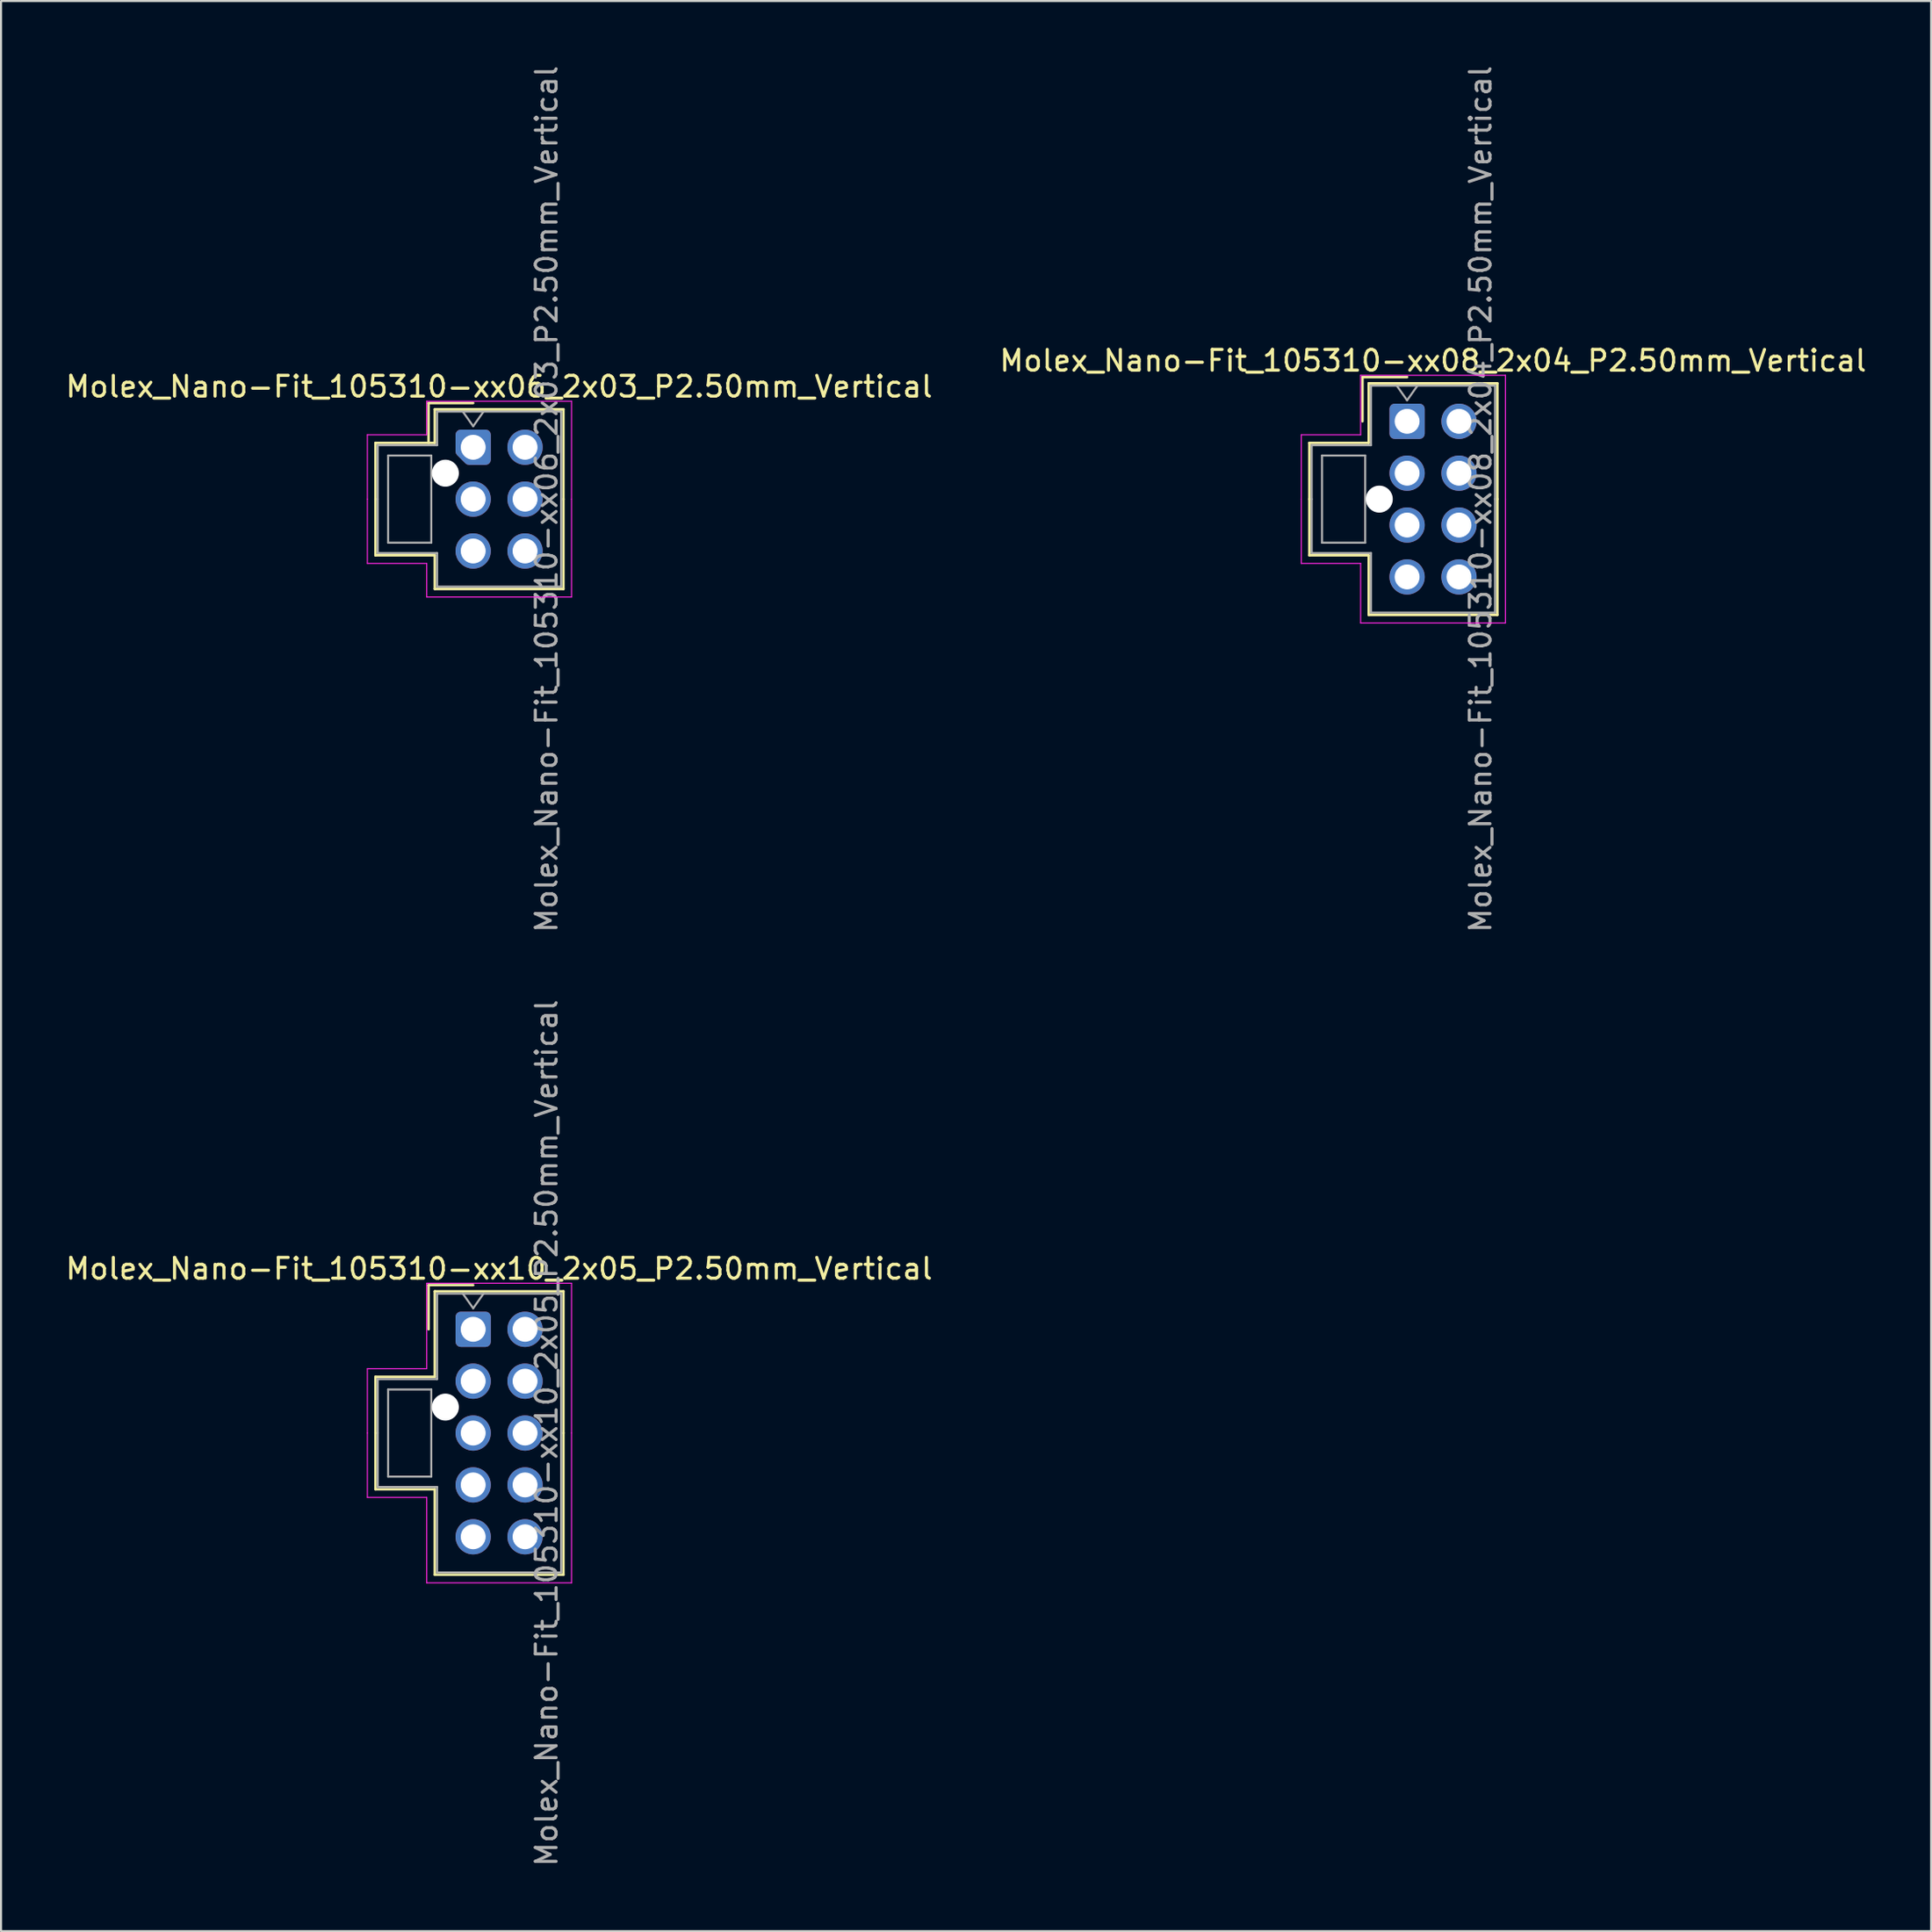
<source format=kicad_pcb>
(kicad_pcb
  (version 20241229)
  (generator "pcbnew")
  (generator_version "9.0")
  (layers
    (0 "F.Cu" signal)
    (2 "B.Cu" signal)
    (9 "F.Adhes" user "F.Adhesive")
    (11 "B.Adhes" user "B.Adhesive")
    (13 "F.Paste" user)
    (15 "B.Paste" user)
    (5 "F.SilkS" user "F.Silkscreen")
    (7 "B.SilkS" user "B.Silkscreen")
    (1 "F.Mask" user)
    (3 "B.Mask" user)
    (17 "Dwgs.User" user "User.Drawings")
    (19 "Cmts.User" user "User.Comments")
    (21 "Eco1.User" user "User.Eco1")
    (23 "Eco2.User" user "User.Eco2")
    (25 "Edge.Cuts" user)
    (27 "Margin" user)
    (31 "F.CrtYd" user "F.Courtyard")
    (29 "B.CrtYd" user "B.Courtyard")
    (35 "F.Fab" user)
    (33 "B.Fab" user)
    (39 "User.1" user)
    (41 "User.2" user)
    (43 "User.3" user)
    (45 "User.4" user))
  (footprint "Molex_Nano-Fit_105310-xx08_2x04_P2.50mm_Vertical"
    (layer "F.Cu")
    (at 64.768 17.256)
    (property "Reference" "Molex_Nano-Fit_105310-xx08_2x04_P2.50mm_Vertical" (at 1.25 -2.92 0) (layer "F.SilkS") (effects (font (size 1 1) (thickness 0.15))))
    (attr through_hole)
    (fp_line (start -4.71 1.04) (end -4.71 3.75) (stroke (width 0.12) (type solid)) (layer "F.SilkS"))
    (fp_line (start -4.71 6.46) (end -4.71 3.75) (stroke (width 0.12) (type solid)) (layer "F.SilkS"))
    (fp_line (start -2.15 -2.13) (end -2.15 0) (stroke (width 0.12) (type solid)) (layer "F.SilkS"))
    (fp_line (start -1.85 -1.83) (end -1.85 1.04) (stroke (width 0.12) (type solid)) (layer "F.SilkS"))
    (fp_line (start -1.85 1.04) (end -4.71 1.04) (stroke (width 0.12) (type solid)) (layer "F.SilkS"))
    (fp_line (start -1.85 6.46) (end -4.71 6.46) (stroke (width 0.12) (type solid)) (layer "F.SilkS"))
    (fp_line (start -1.85 9.33) (end -1.85 6.46) (stroke (width 0.12) (type solid)) (layer "F.SilkS"))
    (fp_line (start 0 -2.13) (end -2.15 -2.13) (stroke (width 0.12) (type solid)) (layer "F.SilkS"))
    (fp_line (start 4.35 -1.83) (end -1.85 -1.83) (stroke (width 0.12) (type solid)) (layer "F.SilkS"))
    (fp_line (start 4.35 3.75) (end 4.35 -1.83) (stroke (width 0.12) (type solid)) (layer "F.SilkS"))
    (fp_line (start 4.35 3.75) (end 4.35 9.33) (stroke (width 0.12) (type solid)) (layer "F.SilkS"))
    (fp_line (start 4.35 9.33) (end -1.85 9.33) (stroke (width 0.12) (type solid)) (layer "F.SilkS"))
    (fp_line (start -5.1 0.65) (end -5.1 3.75) (stroke (width 0.05) (type solid)) (layer "F.CrtYd"))
    (fp_line (start -5.1 6.85) (end -5.1 3.75) (stroke (width 0.05) (type solid)) (layer "F.CrtYd"))
    (fp_line (start -2.24 -2.22) (end -2.24 0.65) (stroke (width 0.05) (type solid)) (layer "F.CrtYd"))
    (fp_line (start -2.24 0.65) (end -5.1 0.65) (stroke (width 0.05) (type solid)) (layer "F.CrtYd"))
    (fp_line (start -2.24 6.85) (end -5.1 6.85) (stroke (width 0.05) (type solid)) (layer "F.CrtYd"))
    (fp_line (start -2.24 9.72) (end -2.24 6.85) (stroke (width 0.05) (type solid)) (layer "F.CrtYd"))
    (fp_line (start 4.74 -2.22) (end -2.24 -2.22) (stroke (width 0.05) (type solid)) (layer "F.CrtYd"))
    (fp_line (start 4.74 3.75) (end 4.74 -2.22) (stroke (width 0.05) (type solid)) (layer "F.CrtYd"))
    (fp_line (start 4.74 3.75) (end 4.74 9.72) (stroke (width 0.05) (type solid)) (layer "F.CrtYd"))
    (fp_line (start 4.74 9.72) (end -2.24 9.72) (stroke (width 0.05) (type solid)) (layer "F.CrtYd"))
    (fp_line (start -4.6 1.15) (end -4.6 3.75) (stroke (width 0.1) (type solid)) (layer "F.Fab"))
    (fp_line (start -4.6 6.35) (end -4.6 3.75) (stroke (width 0.1) (type solid)) (layer "F.Fab"))
    (fp_line (start -4.1 1.65) (end -4.1 5.85) (stroke (width 0.1) (type solid)) (layer "F.Fab"))
    (fp_line (start -4.1 5.85) (end -2.02 5.85) (stroke (width 0.1) (type solid)) (layer "F.Fab"))
    (fp_line (start -2.02 1.65) (end -4.1 1.65) (stroke (width 0.1) (type solid)) (layer "F.Fab"))
    (fp_line (start -2.02 5.85) (end -2.02 1.65) (stroke (width 0.1) (type solid)) (layer "F.Fab"))
    (fp_line (start -1.74 -1.72) (end -1.74 1.15) (stroke (width 0.1) (type solid)) (layer "F.Fab"))
    (fp_line (start -1.74 1.15) (end -4.6 1.15) (stroke (width 0.1) (type solid)) (layer "F.Fab"))
    (fp_line (start -1.74 6.35) (end -4.6 6.35) (stroke (width 0.1) (type solid)) (layer "F.Fab"))
    (fp_line (start -1.74 9.22) (end -1.74 6.35) (stroke (width 0.1) (type solid)) (layer "F.Fab"))
    (fp_line (start -0.5 -1.72) (end 0 -1.013) (stroke (width 0.1) (type solid)) (layer "F.Fab"))
    (fp_line (start 0 -1.013) (end 0.5 -1.72) (stroke (width 0.1) (type solid)) (layer "F.Fab"))
    (fp_line (start 4.24 -1.72) (end -1.74 -1.72) (stroke (width 0.1) (type solid)) (layer "F.Fab"))
    (fp_line (start 4.24 3.75) (end 4.24 -1.72) (stroke (width 0.1) (type solid)) (layer "F.Fab"))
    (fp_line (start 4.24 3.75) (end 4.24 9.22) (stroke (width 0.1) (type solid)) (layer "F.Fab"))
    (fp_line (start 4.24 9.22) (end -1.74 9.22) (stroke (width 0.1) (type solid)) (layer "F.Fab"))
    (fp_text user "${REFERENCE}" (at 3.54 3.75 90) (layer "F.Fab") (effects (font (size 1 1) (thickness 0.15))))
    (pad "" np_thru_hole circle (at -1.34 3.75) (size 1.3 1.3) (drill 1.3) (layers "*.Cu" "*.Mask"))
    (pad "1" thru_hole roundrect (at 0 0) (size 1.7 1.7) (drill 1.2) (layers "*.Cu" "*.Mask") (roundrect_rratio 0.147))
    (pad "2" thru_hole circle (at 0 2.5) (size 1.7 1.7) (drill 1.2) (layers "*.Cu" "*.Mask"))
    (pad "3" thru_hole circle (at 0 5) (size 1.7 1.7) (drill 1.2) (layers "*.Cu" "*.Mask"))
    (pad "4" thru_hole circle (at 0 7.5) (size 1.7 1.7) (drill 1.2) (layers "*.Cu" "*.Mask"))
    (pad "5" thru_hole circle (at 2.5 0) (size 1.7 1.7) (drill 1.2) (layers "*.Cu" "*.Mask"))
    (pad "6" thru_hole circle (at 2.5 2.5) (size 1.7 1.7) (drill 1.2) (layers "*.Cu" "*.Mask"))
    (pad "7" thru_hole circle (at 2.5 5) (size 1.7 1.7) (drill 1.2) (layers "*.Cu" "*.Mask"))
    (pad "8" thru_hole circle (at 2.5 7.5) (size 1.7 1.7) (drill 1.2) (layers "*.Cu" "*.Mask")))
  (footprint "Molex_Nano-Fit_105310-xx06_2x03_P2.50mm_Vertical"
    (layer "F.Cu")
    (at 19.756 18.506)
    (property "Reference" "Molex_Nano-Fit_105310-xx06_2x03_P2.50mm_Vertical" (at 1.25 -2.92 0) (layer "F.SilkS") (effects (font (size 1 1) (thickness 0.15))))
    (attr through_hole)
    (fp_line (start -4.71 -0.21) (end -4.71 2.5) (stroke (width 0.12) (type solid)) (layer "F.SilkS"))
    (fp_line (start -4.71 5.21) (end -4.71 2.5) (stroke (width 0.12) (type solid)) (layer "F.SilkS"))
    (fp_line (start -2.15 -2.13) (end -2.15 -0.21) (stroke (width 0.12) (type solid)) (layer "F.SilkS"))
    (fp_line (start -1.85 -1.83) (end -1.85 -0.21) (stroke (width 0.12) (type solid)) (layer "F.SilkS"))
    (fp_line (start -1.85 -0.21) (end -4.71 -0.21) (stroke (width 0.12) (type solid)) (layer "F.SilkS"))
    (fp_line (start -1.85 5.21) (end -4.71 5.21) (stroke (width 0.12) (type solid)) (layer "F.SilkS"))
    (fp_line (start -1.85 6.83) (end -1.85 5.21) (stroke (width 0.12) (type solid)) (layer "F.SilkS"))
    (fp_line (start 0 -2.13) (end -2.15 -2.13) (stroke (width 0.12) (type solid)) (layer "F.SilkS"))
    (fp_line (start 4.35 -1.83) (end -1.85 -1.83) (stroke (width 0.12) (type solid)) (layer "F.SilkS"))
    (fp_line (start 4.35 2.5) (end 4.35 -1.83) (stroke (width 0.12) (type solid)) (layer "F.SilkS"))
    (fp_line (start 4.35 2.5) (end 4.35 6.83) (stroke (width 0.12) (type solid)) (layer "F.SilkS"))
    (fp_line (start 4.35 6.83) (end -1.85 6.83) (stroke (width 0.12) (type solid)) (layer "F.SilkS"))
    (fp_line (start -5.1 -0.6) (end -5.1 2.5) (stroke (width 0.05) (type solid)) (layer "F.CrtYd"))
    (fp_line (start -5.1 5.6) (end -5.1 2.5) (stroke (width 0.05) (type solid)) (layer "F.CrtYd"))
    (fp_line (start -2.24 -2.22) (end -2.24 -0.6) (stroke (width 0.05) (type solid)) (layer "F.CrtYd"))
    (fp_line (start -2.24 -0.6) (end -5.1 -0.6) (stroke (width 0.05) (type solid)) (layer "F.CrtYd"))
    (fp_line (start -2.24 5.6) (end -5.1 5.6) (stroke (width 0.05) (type solid)) (layer "F.CrtYd"))
    (fp_line (start -2.24 7.22) (end -2.24 5.6) (stroke (width 0.05) (type solid)) (layer "F.CrtYd"))
    (fp_line (start 4.74 -2.22) (end -2.24 -2.22) (stroke (width 0.05) (type solid)) (layer "F.CrtYd"))
    (fp_line (start 4.74 2.5) (end 4.74 -2.22) (stroke (width 0.05) (type solid)) (layer "F.CrtYd"))
    (fp_line (start 4.74 2.5) (end 4.74 7.22) (stroke (width 0.05) (type solid)) (layer "F.CrtYd"))
    (fp_line (start 4.74 7.22) (end -2.24 7.22) (stroke (width 0.05) (type solid)) (layer "F.CrtYd"))
    (fp_line (start -4.6 -0.1) (end -4.6 2.5) (stroke (width 0.1) (type solid)) (layer "F.Fab"))
    (fp_line (start -4.6 5.1) (end -4.6 2.5) (stroke (width 0.1) (type solid)) (layer "F.Fab"))
    (fp_line (start -4.1 0.4) (end -4.1 4.6) (stroke (width 0.1) (type solid)) (layer "F.Fab"))
    (fp_line (start -4.1 4.6) (end -2.02 4.6) (stroke (width 0.1) (type solid)) (layer "F.Fab"))
    (fp_line (start -2.02 0.4) (end -4.1 0.4) (stroke (width 0.1) (type solid)) (layer "F.Fab"))
    (fp_line (start -2.02 4.6) (end -2.02 0.4) (stroke (width 0.1) (type solid)) (layer "F.Fab"))
    (fp_line (start -1.74 -1.72) (end -1.74 -0.1) (stroke (width 0.1) (type solid)) (layer "F.Fab"))
    (fp_line (start -1.74 -0.1) (end -4.6 -0.1) (stroke (width 0.1) (type solid)) (layer "F.Fab"))
    (fp_line (start -1.74 5.1) (end -4.6 5.1) (stroke (width 0.1) (type solid)) (layer "F.Fab"))
    (fp_line (start -1.74 6.72) (end -1.74 5.1) (stroke (width 0.1) (type solid)) (layer "F.Fab"))
    (fp_line (start -0.5 -1.72) (end 0 -1.013) (stroke (width 0.1) (type solid)) (layer "F.Fab"))
    (fp_line (start 0 -1.013) (end 0.5 -1.72) (stroke (width 0.1) (type solid)) (layer "F.Fab"))
    (fp_line (start 4.24 -1.72) (end -1.74 -1.72) (stroke (width 0.1) (type solid)) (layer "F.Fab"))
    (fp_line (start 4.24 2.5) (end 4.24 -1.72) (stroke (width 0.1) (type solid)) (layer "F.Fab"))
    (fp_line (start 4.24 2.5) (end 4.24 6.72) (stroke (width 0.1) (type solid)) (layer "F.Fab"))
    (fp_line (start 4.24 6.72) (end -1.74 6.72) (stroke (width 0.1) (type solid)) (layer "F.Fab"))
    (fp_text user "${REFERENCE}" (at 3.54 2.5 90) (layer "F.Fab") (effects (font (size 1 1) (thickness 0.15))))
    (pad "" np_thru_hole circle (at -1.34 1.25) (size 1.3 1.3) (drill 1.3) (layers "*.Cu" "*.Mask"))
    (pad "1" thru_hole custom (at 0 0) (size 1.417 1.417) (drill 1.2) (layers "*.Cu" "*.Mask") (options (anchor circle)) (primitives (gr_poly (pts (xy -0.6 -0.6) (xy 0.6 -0.6) (xy 0.6 0.6) (xy -0.2 0.6) (xy -0.6 0.2)) (width 0.5) (fill yes))))
    (pad "2" thru_hole circle (at 0 2.5) (size 1.7 1.7) (drill 1.2) (layers "*.Cu" "*.Mask"))
    (pad "3" thru_hole circle (at 0 5) (size 1.7 1.7) (drill 1.2) (layers "*.Cu" "*.Mask"))
    (pad "4" thru_hole circle (at 2.5 0) (size 1.7 1.7) (drill 1.2) (layers "*.Cu" "*.Mask"))
    (pad "5" thru_hole circle (at 2.5 2.5) (size 1.7 1.7) (drill 1.2) (layers "*.Cu" "*.Mask"))
    (pad "6" thru_hole circle (at 2.5 5) (size 1.7 1.7) (drill 1.2) (layers "*.Cu" "*.Mask")))
  (footprint "Molex_Nano-Fit_105310-xx10_2x05_P2.50mm_Vertical"
    (layer "F.Cu")
    (at 19.756 61.018)
    (property "Reference" "Molex_Nano-Fit_105310-xx10_2x05_P2.50mm_Vertical" (at 1.25 -2.92 0) (layer "F.SilkS") (effects (font (size 1 1) (thickness 0.15))))
    (attr through_hole)
    (fp_line (start -4.71 2.29) (end -4.71 5) (stroke (width 0.12) (type solid)) (layer "F.SilkS"))
    (fp_line (start -4.71 7.71) (end -4.71 5) (stroke (width 0.12) (type solid)) (layer "F.SilkS"))
    (fp_line (start -2.15 -2.13) (end -2.15 0) (stroke (width 0.12) (type solid)) (layer "F.SilkS"))
    (fp_line (start -1.85 -1.83) (end -1.85 2.29) (stroke (width 0.12) (type solid)) (layer "F.SilkS"))
    (fp_line (start -1.85 2.29) (end -4.71 2.29) (stroke (width 0.12) (type solid)) (layer "F.SilkS"))
    (fp_line (start -1.85 7.71) (end -4.71 7.71) (stroke (width 0.12) (type solid)) (layer "F.SilkS"))
    (fp_line (start -1.85 11.83) (end -1.85 7.71) (stroke (width 0.12) (type solid)) (layer "F.SilkS"))
    (fp_line (start 0 -2.13) (end -2.15 -2.13) (stroke (width 0.12) (type solid)) (layer "F.SilkS"))
    (fp_line (start 4.35 -1.83) (end -1.85 -1.83) (stroke (width 0.12) (type solid)) (layer "F.SilkS"))
    (fp_line (start 4.35 5) (end 4.35 -1.83) (stroke (width 0.12) (type solid)) (layer "F.SilkS"))
    (fp_line (start 4.35 5) (end 4.35 11.83) (stroke (width 0.12) (type solid)) (layer "F.SilkS"))
    (fp_line (start 4.35 11.83) (end -1.85 11.83) (stroke (width 0.12) (type solid)) (layer "F.SilkS"))
    (fp_line (start -5.1 1.9) (end -5.1 5) (stroke (width 0.05) (type solid)) (layer "F.CrtYd"))
    (fp_line (start -5.1 8.1) (end -5.1 5) (stroke (width 0.05) (type solid)) (layer "F.CrtYd"))
    (fp_line (start -2.24 -2.22) (end -2.24 1.9) (stroke (width 0.05) (type solid)) (layer "F.CrtYd"))
    (fp_line (start -2.24 1.9) (end -5.1 1.9) (stroke (width 0.05) (type solid)) (layer "F.CrtYd"))
    (fp_line (start -2.24 8.1) (end -5.1 8.1) (stroke (width 0.05) (type solid)) (layer "F.CrtYd"))
    (fp_line (start -2.24 12.22) (end -2.24 8.1) (stroke (width 0.05) (type solid)) (layer "F.CrtYd"))
    (fp_line (start 4.74 -2.22) (end -2.24 -2.22) (stroke (width 0.05) (type solid)) (layer "F.CrtYd"))
    (fp_line (start 4.74 5) (end 4.74 -2.22) (stroke (width 0.05) (type solid)) (layer "F.CrtYd"))
    (fp_line (start 4.74 5) (end 4.74 12.22) (stroke (width 0.05) (type solid)) (layer "F.CrtYd"))
    (fp_line (start 4.74 12.22) (end -2.24 12.22) (stroke (width 0.05) (type solid)) (layer "F.CrtYd"))
    (fp_line (start -4.6 2.4) (end -4.6 5) (stroke (width 0.1) (type solid)) (layer "F.Fab"))
    (fp_line (start -4.6 7.6) (end -4.6 5) (stroke (width 0.1) (type solid)) (layer "F.Fab"))
    (fp_line (start -4.1 2.9) (end -4.1 7.1) (stroke (width 0.1) (type solid)) (layer "F.Fab"))
    (fp_line (start -4.1 7.1) (end -2.02 7.1) (stroke (width 0.1) (type solid)) (layer "F.Fab"))
    (fp_line (start -2.02 2.9) (end -4.1 2.9) (stroke (width 0.1) (type solid)) (layer "F.Fab"))
    (fp_line (start -2.02 7.1) (end -2.02 2.9) (stroke (width 0.1) (type solid)) (layer "F.Fab"))
    (fp_line (start -1.74 -1.72) (end -1.74 2.4) (stroke (width 0.1) (type solid)) (layer "F.Fab"))
    (fp_line (start -1.74 2.4) (end -4.6 2.4) (stroke (width 0.1) (type solid)) (layer "F.Fab"))
    (fp_line (start -1.74 7.6) (end -4.6 7.6) (stroke (width 0.1) (type solid)) (layer "F.Fab"))
    (fp_line (start -1.74 11.72) (end -1.74 7.6) (stroke (width 0.1) (type solid)) (layer "F.Fab"))
    (fp_line (start -0.5 -1.72) (end 0 -1.013) (stroke (width 0.1) (type solid)) (layer "F.Fab"))
    (fp_line (start 0 -1.013) (end 0.5 -1.72) (stroke (width 0.1) (type solid)) (layer "F.Fab"))
    (fp_line (start 4.24 -1.72) (end -1.74 -1.72) (stroke (width 0.1) (type solid)) (layer "F.Fab"))
    (fp_line (start 4.24 5) (end 4.24 -1.72) (stroke (width 0.1) (type solid)) (layer "F.Fab"))
    (fp_line (start 4.24 5) (end 4.24 11.72) (stroke (width 0.1) (type solid)) (layer "F.Fab"))
    (fp_line (start 4.24 11.72) (end -1.74 11.72) (stroke (width 0.1) (type solid)) (layer "F.Fab"))
    (fp_text user "${REFERENCE}" (at 3.54 5 90) (layer "F.Fab") (effects (font (size 1 1) (thickness 0.15))))
    (pad "" np_thru_hole circle (at -1.34 3.75) (size 1.3 1.3) (drill 1.3) (layers "*.Cu" "*.Mask"))
    (pad "1" thru_hole roundrect (at 0 0) (size 1.7 1.7) (drill 1.2) (layers "*.Cu" "*.Mask") (roundrect_rratio 0.147))
    (pad "2" thru_hole circle (at 0 2.5) (size 1.7 1.7) (drill 1.2) (layers "*.Cu" "*.Mask"))
    (pad "3" thru_hole circle (at 0 5) (size 1.7 1.7) (drill 1.2) (layers "*.Cu" "*.Mask"))
    (pad "4" thru_hole circle (at 0 7.5) (size 1.7 1.7) (drill 1.2) (layers "*.Cu" "*.Mask"))
    (pad "5" thru_hole circle (at 0 10) (size 1.7 1.7) (drill 1.2) (layers "*.Cu" "*.Mask"))
    (pad "6" thru_hole circle (at 2.5 0) (size 1.7 1.7) (drill 1.2) (layers "*.Cu" "*.Mask"))
    (pad "7" thru_hole circle (at 2.5 2.5) (size 1.7 1.7) (drill 1.2) (layers "*.Cu" "*.Mask"))
    (pad "8" thru_hole circle (at 2.5 5) (size 1.7 1.7) (drill 1.2) (layers "*.Cu" "*.Mask"))
    (pad "9" thru_hole circle (at 2.5 7.5) (size 1.7 1.7) (drill 1.2) (layers "*.Cu" "*.Mask"))
    (pad "10" thru_hole circle (at 2.5 10) (size 1.7 1.7) (drill 1.2) (layers "*.Cu" "*.Mask")))
  (gr_rect
    (start -3 -3)
    (end 90.024 90.024)
    (stroke (width 0.1) (type default))
    (fill no)
    (layer "Edge.Cuts")))
</source>
